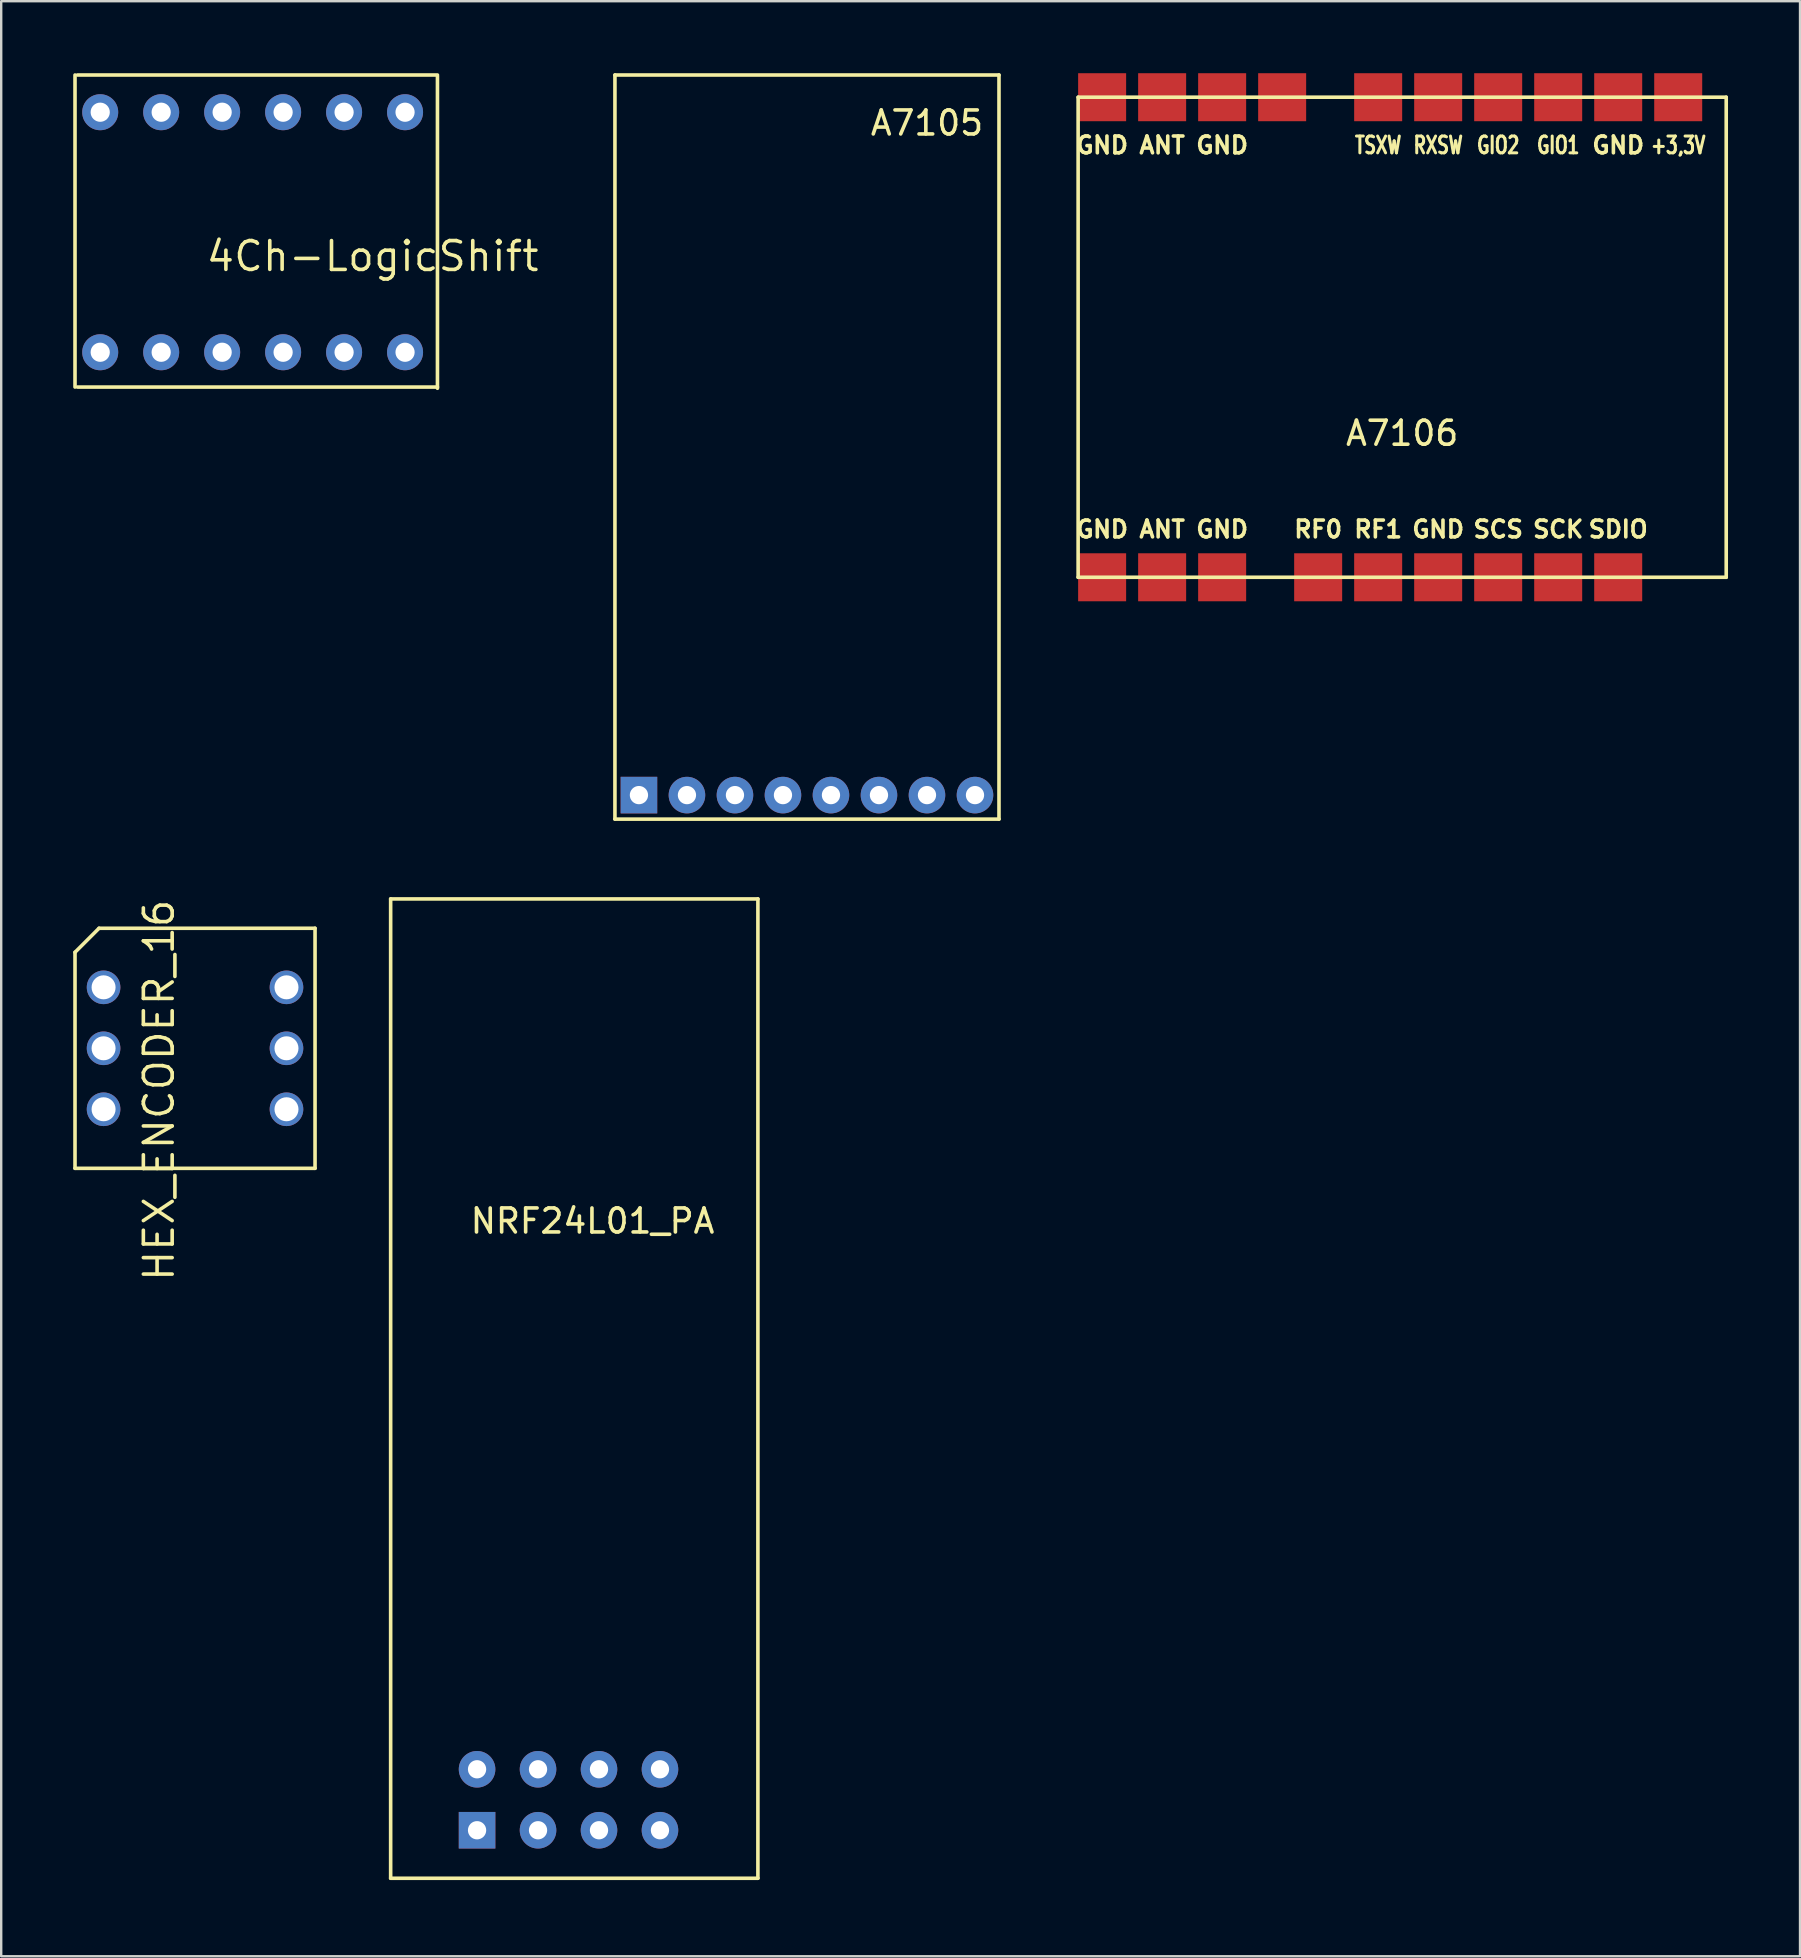
<source format=kicad_pcb>
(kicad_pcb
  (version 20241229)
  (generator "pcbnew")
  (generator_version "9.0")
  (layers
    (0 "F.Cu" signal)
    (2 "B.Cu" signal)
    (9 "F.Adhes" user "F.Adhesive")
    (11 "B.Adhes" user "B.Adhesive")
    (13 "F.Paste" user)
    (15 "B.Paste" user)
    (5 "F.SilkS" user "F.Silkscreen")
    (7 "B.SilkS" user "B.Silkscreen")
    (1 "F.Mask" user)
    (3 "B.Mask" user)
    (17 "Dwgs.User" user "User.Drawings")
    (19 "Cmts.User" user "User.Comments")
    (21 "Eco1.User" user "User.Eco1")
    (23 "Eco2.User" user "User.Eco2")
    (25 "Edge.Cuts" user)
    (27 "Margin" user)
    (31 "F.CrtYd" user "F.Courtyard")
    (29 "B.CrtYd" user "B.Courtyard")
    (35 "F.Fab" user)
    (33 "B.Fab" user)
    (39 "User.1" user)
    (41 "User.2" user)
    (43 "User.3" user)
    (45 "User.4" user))
  (footprint "A7105"
    (layer "F.Cu")
    (at 30.569 31.075)
    (property "Reference" "A7105" (at 5 -29 0) (layer "F.SilkS") (effects (font (size 1 1) (thickness 0.15))))
    (attr through_hole)
    (fp_line (start -8 -31) (end 8 -31) (stroke (width 0.15) (type solid)) (layer "F.SilkS"))
    (fp_line (start -8 0) (end -8 -31) (stroke (width 0.15) (type solid)) (layer "F.SilkS"))
    (fp_line (start -8 0) (end 8 0) (stroke (width 0.15) (type solid)) (layer "F.SilkS"))
    (fp_line (start 8 0) (end 8 -31) (stroke (width 0.15) (type solid)) (layer "F.SilkS"))
    (pad "1" thru_hole rect (at -7 -1) (size 1.524 1.524) (drill 0.762) (layers "*.Cu" "*.Mask"))
    (pad "2" thru_hole circle (at -5 -1) (size 1.524 1.524) (drill 0.762) (layers "*.Cu" "*.Mask"))
    (pad "3" thru_hole circle (at -3 -1) (size 1.524 1.524) (drill 0.762) (layers "*.Cu" "*.Mask"))
    (pad "4" thru_hole circle (at -1 -1) (size 1.524 1.524) (drill 0.762) (layers "*.Cu" "*.Mask"))
    (pad "5" thru_hole circle (at 1 -1) (size 1.524 1.524) (drill 0.762) (layers "*.Cu" "*.Mask"))
    (pad "6" thru_hole circle (at 3 -1) (size 1.524 1.524) (drill 0.762) (layers "*.Cu" "*.Mask"))
    (pad "7" thru_hole circle (at 5 -1) (size 1.524 1.524) (drill 0.762) (layers "*.Cu" "*.Mask"))
    (pad "8" thru_hole circle (at 7 -1) (size 1.524 1.524) (drill 0.762) (layers "*.Cu" "*.Mask")))
  (footprint "HEX_ENCODER_16"
    (layer "F.Cu")
    (at 5.075 40.623)
    (property "Reference" "HEX_ENCODER_16" (at -1.5 1.75 270) (layer "F.SilkS") (effects (font (size 1.2 1.2) (thickness 0.15))))
    (attr through_hole)
    (fp_line (start -5 -4) (end -5 5) (stroke (width 0.15) (type solid)) (layer "F.SilkS"))
    (fp_line (start -4 -5) (end -5 -4) (stroke (width 0.15) (type solid)) (layer "F.SilkS"))
    (fp_line (start -4 -5) (end 5 -5) (stroke (width 0.15) (type solid)) (layer "F.SilkS"))
    (fp_line (start 5 -5) (end 5 5) (stroke (width 0.15) (type solid)) (layer "F.SilkS"))
    (fp_line (start 5 5) (end -5 5) (stroke (width 0.15) (type solid)) (layer "F.SilkS"))
    (pad "1" thru_hole circle (at -3.81 -2.54 90) (size 1.4 1.4) (drill 1) (layers "*.Cu" "*.Mask"))
    (pad "2" thru_hole circle (at 3.81 2.54 90) (size 1.4 1.4) (drill 1) (layers "*.Cu" "*.Mask"))
    (pad "4" thru_hole circle (at -3.81 2.54 90) (size 1.4 1.4) (drill 1) (layers "*.Cu" "*.Mask"))
    (pad "8" thru_hole circle (at 3.81 -2.54 90) (size 1.4 1.4) (drill 1) (layers "*.Cu" "*.Mask"))
    (pad "C" thru_hole circle (at -3.81 0 90) (size 1.4 1.4) (drill 1) (layers "*.Cu" "*.Mask"))
    (pad "C" thru_hole circle (at 3.81 0 90) (size 1.4 1.4) (drill 1) (layers "*.Cu" "*.Mask")))
  (footprint "4Ch-LogicShift"
    (layer "F.Cu")
    (at 7.075 6.375)
    (property "Reference" "4Ch-LogicShift" (at 5.4 1.25 180) (layer "F.SilkS") (effects (font (size 1.2 1.2) (thickness 0.15))))
    (attr through_hole)
    (fp_line (start -7 6.7) (end -7 -6.3) (stroke (width 0.15) (type solid)) (layer "F.SilkS"))
    (fp_line (start 8.1 -6.3) (end -6.9 -6.3) (stroke (width 0.15) (type solid)) (layer "F.SilkS"))
    (fp_line (start 8.1 6.7) (end -6.9 6.7) (stroke (width 0.15) (type solid)) (layer "F.SilkS"))
    (fp_line (start 8.1 6.75) (end 8.1 -6.25) (stroke (width 0.15) (type solid)) (layer "F.SilkS"))
    (pad "GND" thru_hole circle (at -0.87 -4.75) (size 1.5 1.5) (drill 0.8) (layers "*.Cu" "*.Mask"))
    (pad "GND" thru_hole circle (at -0.87 5.25) (size 1.5 1.5) (drill 0.8) (layers "*.Cu" "*.Mask"))
    (pad "HV" thru_hole circle (at 1.67 -4.75) (size 1.5 1.5) (drill 0.8) (layers "*.Cu" "*.Mask"))
    (pad "HV1" thru_hole circle (at 6.75 -4.75) (size 1.5 1.5) (drill 0.8) (layers "*.Cu" "*.Mask"))
    (pad "HV2" thru_hole circle (at 4.21 -4.75) (size 1.5 1.5) (drill 0.8) (layers "*.Cu" "*.Mask"))
    (pad "HV3" thru_hole circle (at -3.41 -4.75) (size 1.5 1.5) (drill 0.8) (layers "*.Cu" "*.Mask"))
    (pad "HV4" thru_hole circle (at -5.95 -4.75) (size 1.5 1.5) (drill 0.8) (layers "*.Cu" "*.Mask"))
    (pad "LV" thru_hole circle (at 1.67 5.25) (size 1.5 1.5) (drill 0.8) (layers "*.Cu" "*.Mask"))
    (pad "LV1" thru_hole circle (at 6.75 5.25) (size 1.5 1.5) (drill 0.8) (layers "*.Cu" "*.Mask"))
    (pad "LV2" thru_hole circle (at 4.21 5.25) (size 1.5 1.5) (drill 0.8) (layers "*.Cu" "*.Mask"))
    (pad "LV3" thru_hole circle (at -3.41 5.25) (size 1.5 1.5) (drill 0.8) (layers "*.Cu" "*.Mask"))
    (pad "LV4" thru_hole circle (at -5.95 5.25) (size 1.5 1.5) (drill 0.8) (layers "*.Cu" "*.Mask")))
  (footprint "A7106"
    (layer "F.Cu")
    (at 55.366 11)
    (property "Reference" "A7106" (at 0 4 0) (layer "F.SilkS") (effects (font (size 1 1) (thickness 0.15))))
    (attr through_hole)
    (fp_line (start -13.5 -10) (end 13.5 -10) (stroke (width 0.15) (type solid)) (layer "F.SilkS"))
    (fp_line (start -13.5 10) (end -13.5 -10) (stroke (width 0.15) (type solid)) (layer "F.SilkS"))
    (fp_line (start -13.5 10) (end 13.5 10) (stroke (width 0.15) (type solid)) (layer "F.SilkS"))
    (fp_line (start 13.5 -10) (end 13.5 10) (stroke (width 0.15) (type solid)) (layer "F.SilkS"))
    (fp_text user "SCS" (at 4 8 0) (layer "F.SilkS") (effects (font (size 0.7 0.7) (thickness 0.15))))
    (fp_text user "+3,3V" (at 11.5 -8 0) (layer "F.SilkS") (effects (font (size 0.7 0.5) (thickness 0.125))))
    (fp_text user "GND" (at 9 -8 0) (layer "F.SilkS") (effects (font (size 0.7 0.7) (thickness 0.15))))
    (fp_text user "SDIO" (at 9 8 0) (layer "F.SilkS") (effects (font (size 0.7 0.7) (thickness 0.15))))
    (fp_text user "SCK" (at 6.5 8 0) (layer "F.SilkS") (effects (font (size 0.7 0.7) (thickness 0.15))))
    (fp_text user "RXSW" (at 1.5 -8 0) (layer "F.SilkS") (effects (font (size 0.7 0.5) (thickness 0.125))))
    (fp_text user "ANT" (at -10 -8 0) (layer "F.SilkS") (effects (font (size 0.7 0.7) (thickness 0.15))))
    (fp_text user "GND" (at 1.5 8 0) (layer "F.SilkS") (effects (font (size 0.7 0.7) (thickness 0.15))))
    (fp_text user "GND" (at -12.5 8 0) (layer "F.SilkS") (effects (font (size 0.7 0.7) (thickness 0.15))))
    (fp_text user "GND" (at -7.5 -8 0) (layer "F.SilkS") (effects (font (size 0.7 0.7) (thickness 0.15))))
    (fp_text user "RF1" (at -1 8 0) (layer "F.SilkS") (effects (font (size 0.7 0.7) (thickness 0.15))))
    (fp_text user "GND" (at -12.5 -8 0) (layer "F.SilkS") (effects (font (size 0.7 0.7) (thickness 0.15))))
    (fp_text user "GIO2" (at 4 -8 0) (layer "F.SilkS") (effects (font (size 0.7 0.5) (thickness 0.125))))
    (fp_text user "ANT" (at -10 8 0) (layer "F.SilkS") (effects (font (size 0.7 0.7) (thickness 0.15))))
    (fp_text user "RF0" (at -3.5 8 0) (layer "F.SilkS") (effects (font (size 0.7 0.7) (thickness 0.15))))
    (fp_text user "GIO1" (at 6.5 -8 0) (layer "F.SilkS") (effects (font (size 0.7 0.5) (thickness 0.125))))
    (fp_text user "GND" (at -7.5 8 0) (layer "F.SilkS") (effects (font (size 0.7 0.7) (thickness 0.15))))
    (fp_text user "TSXW" (at -1 -8 0) (layer "F.SilkS") (effects (font (size 0.7 0.5) (thickness 0.125))))
    (pad "1" smd rect (at -12.5 -10) (size 2 2) (layers "F.Cu" "F.Mask" "F.Paste"))
    (pad "2" smd rect (at -10 -10) (size 2 2) (layers "F.Cu" "F.Mask" "F.Paste"))
    (pad "3" smd rect (at -7.5 -10) (size 2 2) (layers "F.Cu" "F.Mask" "F.Paste"))
    (pad "4" smd rect (at -5 -10) (size 2 2) (layers "F.Cu" "F.Mask" "F.Paste"))
    (pad "5" smd rect (at -1 -10) (size 2 2) (layers "F.Cu" "F.Mask" "F.Paste"))
    (pad "6" smd rect (at 1.5 -10) (size 2 2) (layers "F.Cu" "F.Mask" "F.Paste"))
    (pad "7" smd rect (at 4 -10) (size 2 2) (layers "F.Cu" "F.Mask" "F.Paste"))
    (pad "8" smd rect (at 6.5 -10) (size 2 2) (layers "F.Cu" "F.Mask" "F.Paste"))
    (pad "9" smd rect (at 9 -10) (size 2 2) (layers "F.Cu" "F.Mask" "F.Paste"))
    (pad "10" smd rect (at 11.5 -10) (size 2 2) (layers "F.Cu" "F.Mask" "F.Paste"))
    (pad "11" smd rect (at -12.5 10) (size 2 2) (layers "F.Cu" "F.Mask" "F.Paste"))
    (pad "12" smd rect (at -10 10) (size 2 2) (layers "F.Cu" "F.Mask" "F.Paste"))
    (pad "13" smd rect (at -7.5 10) (size 2 2) (layers "F.Cu" "F.Mask" "F.Paste"))
    (pad "14" smd rect (at -3.5 10) (size 2 2) (layers "F.Cu" "F.Mask" "F.Paste"))
    (pad "15" smd rect (at -1 10) (size 2 2) (layers "F.Cu" "F.Mask" "F.Paste"))
    (pad "16" smd rect (at 1.5 10) (size 2 2) (layers "F.Cu" "F.Mask" "F.Paste"))
    (pad "17" smd rect (at 4 10) (size 2 2) (layers "F.Cu" "F.Mask" "F.Paste"))
    (pad "18" smd rect (at 6.5 10) (size 2 2) (layers "F.Cu" "F.Mask" "F.Paste"))
    (pad "19" smd rect (at 9 10) (size 2 2) (layers "F.Cu" "F.Mask" "F.Paste")))
  (footprint "NRF24L01_PA"
    (layer "F.Cu")
    (at 20.875 75.2)
    (property "Reference" "NRF24L01_PA" (at 0.76 -27.38 0) (layer "F.SilkS") (effects (font (size 1 1) (thickness 0.15))))
    (attr through_hole)
    (fp_line (start -7.65 -40.8) (end -7.65 0) (stroke (width 0.15) (type solid)) (layer "F.SilkS"))
    (fp_line (start -7.65 -40.8) (end 7.65 -40.8) (stroke (width 0.15) (type solid)) (layer "F.SilkS"))
    (fp_line (start -7.65 0) (end 7.65 0) (stroke (width 0.15) (type solid)) (layer "F.SilkS"))
    (fp_line (start 7.65 -40.8) (end 7.65 0) (stroke (width 0.15) (type solid)) (layer "F.SilkS"))
    (pad "1" thru_hole rect (at -4.05 -2) (size 1.524 1.524) (drill 0.762) (layers "*.Cu" "*.Mask"))
    (pad "2" thru_hole circle (at -4.05 -4.54) (size 1.524 1.524) (drill 0.762) (layers "*.Cu" "*.Mask"))
    (pad "3" thru_hole circle (at -1.51 -2) (size 1.524 1.524) (drill 0.762) (layers "*.Cu" "*.Mask"))
    (pad "4" thru_hole circle (at -1.51 -4.54) (size 1.524 1.524) (drill 0.762) (layers "*.Cu" "*.Mask"))
    (pad "5" thru_hole circle (at 1.03 -2) (size 1.524 1.524) (drill 0.762) (layers "*.Cu" "*.Mask"))
    (pad "6" thru_hole circle (at 1.03 -4.54) (size 1.524 1.524) (drill 0.762) (layers "*.Cu" "*.Mask"))
    (pad "7" thru_hole circle (at 3.57 -2) (size 1.524 1.524) (drill 0.762) (layers "*.Cu" "*.Mask"))
    (pad "8" thru_hole circle (at 3.57 -4.54) (size 1.524 1.524) (drill 0.762) (layers "*.Cu" "*.Mask")))
  (gr_rect
    (start -3 -3)
    (end 71.941 78.45)
    (stroke (width 0.1) (type default))
    (fill no)
    (layer "Edge.Cuts")))
</source>
